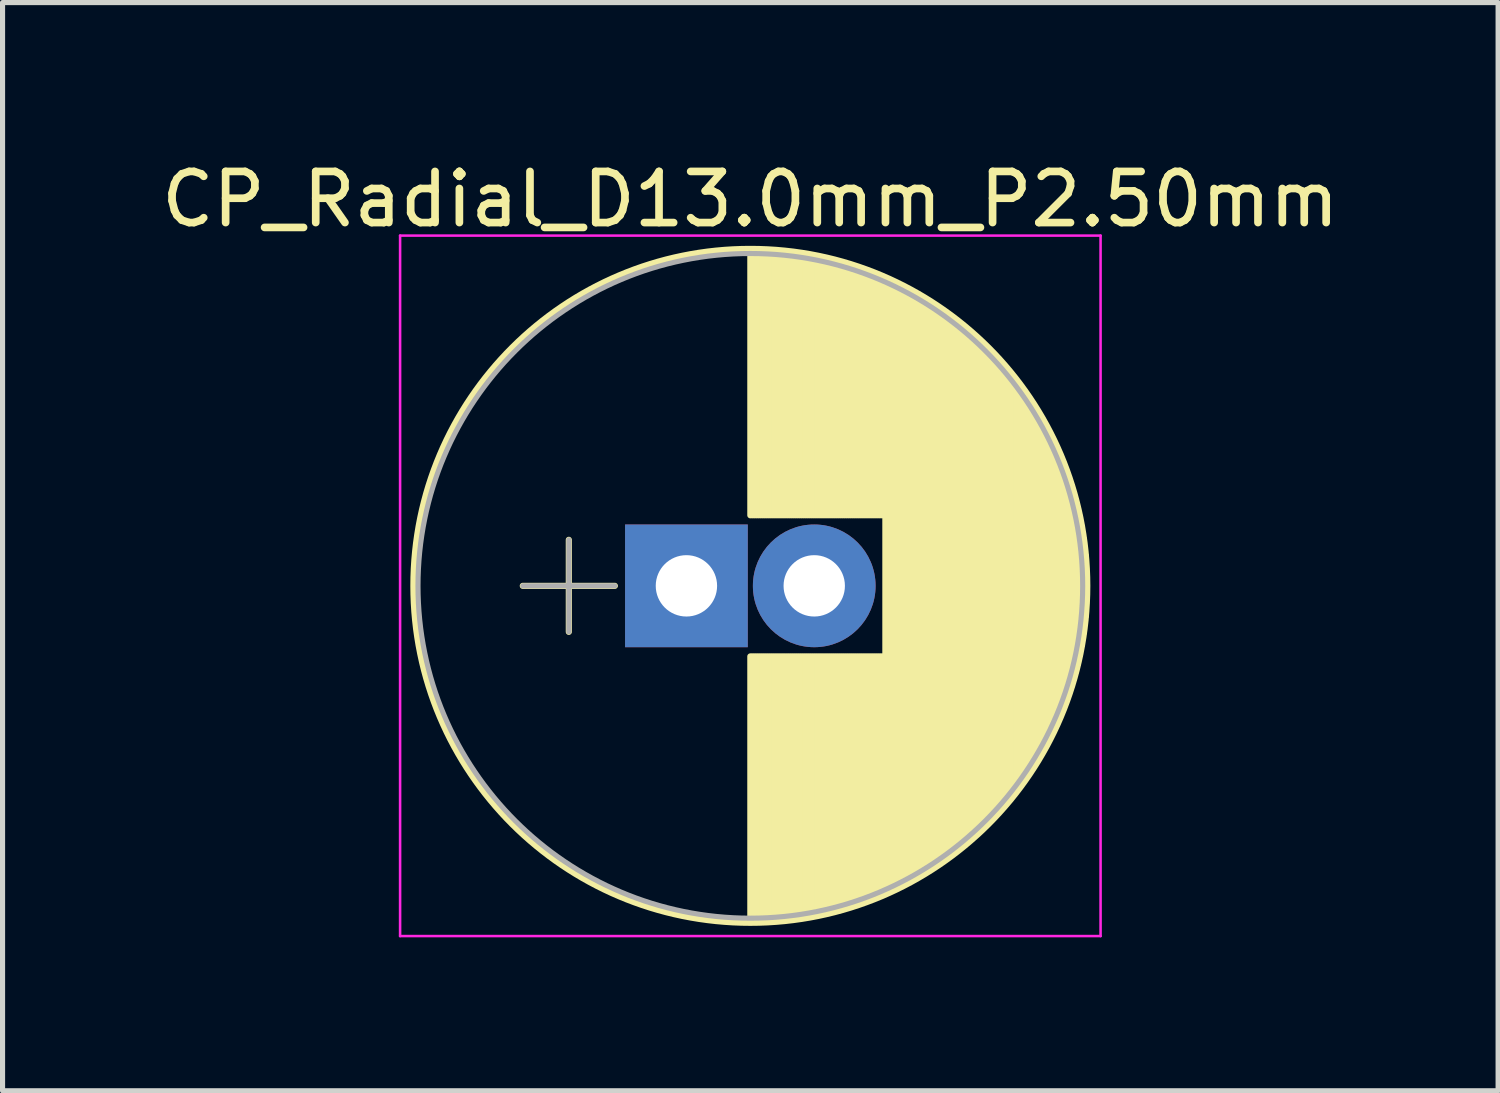
<source format=kicad_pcb>
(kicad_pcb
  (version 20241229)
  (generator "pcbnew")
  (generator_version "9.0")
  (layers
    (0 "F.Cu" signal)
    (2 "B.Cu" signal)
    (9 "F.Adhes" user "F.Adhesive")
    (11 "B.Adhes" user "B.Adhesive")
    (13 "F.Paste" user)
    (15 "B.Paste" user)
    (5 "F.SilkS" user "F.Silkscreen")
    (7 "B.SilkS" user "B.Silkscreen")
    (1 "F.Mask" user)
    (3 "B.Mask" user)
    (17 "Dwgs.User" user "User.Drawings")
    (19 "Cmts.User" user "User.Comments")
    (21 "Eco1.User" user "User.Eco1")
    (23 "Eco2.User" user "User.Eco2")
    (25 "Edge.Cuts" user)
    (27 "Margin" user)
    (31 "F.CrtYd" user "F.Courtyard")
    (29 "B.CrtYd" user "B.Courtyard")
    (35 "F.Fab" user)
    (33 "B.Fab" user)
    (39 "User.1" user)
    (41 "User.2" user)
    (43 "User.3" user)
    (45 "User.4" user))
  (footprint "CP_Radial_D13.0mm_P2.50mm"
    (layer "F.Cu")
    (at 10.375 8.408)
    (property "Reference" "CP_Radial_D13.0mm_P2.50mm" (at 1.25 -7.56 0) (layer "F.SilkS") (effects (font (size 1 1) (thickness 0.15))))
    (attr through_hole)
    (fp_line (start -3.2 0) (end -1.4 0) (stroke (width 0.12) (type solid)) (layer "F.SilkS"))
    (fp_line (start -2.3 -0.9) (end -2.3 0.9) (stroke (width 0.12) (type solid)) (layer "F.SilkS"))
    (fp_line (start 1.25 -6.55) (end 1.25 -1.38) (stroke (width 0.12) (type solid)) (layer "F.SilkS"))
    (fp_line (start 1.25 1.38) (end 1.25 6.55) (stroke (width 0.12) (type solid)) (layer "F.SilkS"))
    (fp_line (start 1.29 -6.55) (end 1.29 -1.38) (stroke (width 0.12) (type solid)) (layer "F.SilkS"))
    (fp_line (start 1.29 1.38) (end 1.29 6.55) (stroke (width 0.12) (type solid)) (layer "F.SilkS"))
    (fp_line (start 1.33 -6.55) (end 1.33 -1.38) (stroke (width 0.12) (type solid)) (layer "F.SilkS"))
    (fp_line (start 1.33 1.38) (end 1.33 6.55) (stroke (width 0.12) (type solid)) (layer "F.SilkS"))
    (fp_line (start 1.37 -6.549) (end 1.37 -1.38) (stroke (width 0.12) (type solid)) (layer "F.SilkS"))
    (fp_line (start 1.37 1.38) (end 1.37 6.549) (stroke (width 0.12) (type solid)) (layer "F.SilkS"))
    (fp_line (start 1.41 -6.549) (end 1.41 -1.38) (stroke (width 0.12) (type solid)) (layer "F.SilkS"))
    (fp_line (start 1.41 1.38) (end 1.41 6.549) (stroke (width 0.12) (type solid)) (layer "F.SilkS"))
    (fp_line (start 1.45 -6.547) (end 1.45 -1.38) (stroke (width 0.12) (type solid)) (layer "F.SilkS"))
    (fp_line (start 1.45 1.38) (end 1.45 6.547) (stroke (width 0.12) (type solid)) (layer "F.SilkS"))
    (fp_line (start 1.49 -6.546) (end 1.49 -1.38) (stroke (width 0.12) (type solid)) (layer "F.SilkS"))
    (fp_line (start 1.49 1.38) (end 1.49 6.546) (stroke (width 0.12) (type solid)) (layer "F.SilkS"))
    (fp_line (start 1.53 -6.545) (end 1.53 -1.38) (stroke (width 0.12) (type solid)) (layer "F.SilkS"))
    (fp_line (start 1.53 1.38) (end 1.53 6.545) (stroke (width 0.12) (type solid)) (layer "F.SilkS"))
    (fp_line (start 1.57 -6.543) (end 1.57 -1.38) (stroke (width 0.12) (type solid)) (layer "F.SilkS"))
    (fp_line (start 1.57 1.38) (end 1.57 6.543) (stroke (width 0.12) (type solid)) (layer "F.SilkS"))
    (fp_line (start 1.61 -6.541) (end 1.61 -1.38) (stroke (width 0.12) (type solid)) (layer "F.SilkS"))
    (fp_line (start 1.61 1.38) (end 1.61 6.541) (stroke (width 0.12) (type solid)) (layer "F.SilkS"))
    (fp_line (start 1.65 -6.538) (end 1.65 -1.38) (stroke (width 0.12) (type solid)) (layer "F.SilkS"))
    (fp_line (start 1.65 1.38) (end 1.65 6.538) (stroke (width 0.12) (type solid)) (layer "F.SilkS"))
    (fp_line (start 1.69 -6.536) (end 1.69 -1.38) (stroke (width 0.12) (type solid)) (layer "F.SilkS"))
    (fp_line (start 1.69 1.38) (end 1.69 6.536) (stroke (width 0.12) (type solid)) (layer "F.SilkS"))
    (fp_line (start 1.73 -6.533) (end 1.73 -1.38) (stroke (width 0.12) (type solid)) (layer "F.SilkS"))
    (fp_line (start 1.73 1.38) (end 1.73 6.533) (stroke (width 0.12) (type solid)) (layer "F.SilkS"))
    (fp_line (start 1.77 -6.53) (end 1.77 -1.38) (stroke (width 0.12) (type solid)) (layer "F.SilkS"))
    (fp_line (start 1.77 1.38) (end 1.77 6.53) (stroke (width 0.12) (type solid)) (layer "F.SilkS"))
    (fp_line (start 1.81 -6.527) (end 1.81 -1.38) (stroke (width 0.12) (type solid)) (layer "F.SilkS"))
    (fp_line (start 1.81 1.38) (end 1.81 6.527) (stroke (width 0.12) (type solid)) (layer "F.SilkS"))
    (fp_line (start 1.85 -6.523) (end 1.85 -1.38) (stroke (width 0.12) (type solid)) (layer "F.SilkS"))
    (fp_line (start 1.85 1.38) (end 1.85 6.523) (stroke (width 0.12) (type solid)) (layer "F.SilkS"))
    (fp_line (start 1.89 -6.519) (end 1.89 -1.38) (stroke (width 0.12) (type solid)) (layer "F.SilkS"))
    (fp_line (start 1.89 1.38) (end 1.89 6.519) (stroke (width 0.12) (type solid)) (layer "F.SilkS"))
    (fp_line (start 1.93 -6.515) (end 1.93 -1.38) (stroke (width 0.12) (type solid)) (layer "F.SilkS"))
    (fp_line (start 1.93 1.38) (end 1.93 6.515) (stroke (width 0.12) (type solid)) (layer "F.SilkS"))
    (fp_line (start 1.971 -6.511) (end 1.971 -1.38) (stroke (width 0.12) (type solid)) (layer "F.SilkS"))
    (fp_line (start 1.971 1.38) (end 1.971 6.511) (stroke (width 0.12) (type solid)) (layer "F.SilkS"))
    (fp_line (start 2.011 -6.507) (end 2.011 -1.38) (stroke (width 0.12) (type solid)) (layer "F.SilkS"))
    (fp_line (start 2.011 1.38) (end 2.011 6.507) (stroke (width 0.12) (type solid)) (layer "F.SilkS"))
    (fp_line (start 2.051 -6.502) (end 2.051 -1.38) (stroke (width 0.12) (type solid)) (layer "F.SilkS"))
    (fp_line (start 2.051 1.38) (end 2.051 6.502) (stroke (width 0.12) (type solid)) (layer "F.SilkS"))
    (fp_line (start 2.091 -6.497) (end 2.091 -1.38) (stroke (width 0.12) (type solid)) (layer "F.SilkS"))
    (fp_line (start 2.091 1.38) (end 2.091 6.497) (stroke (width 0.12) (type solid)) (layer "F.SilkS"))
    (fp_line (start 2.131 -6.491) (end 2.131 -1.38) (stroke (width 0.12) (type solid)) (layer "F.SilkS"))
    (fp_line (start 2.131 1.38) (end 2.131 6.491) (stroke (width 0.12) (type solid)) (layer "F.SilkS"))
    (fp_line (start 2.171 -6.486) (end 2.171 -1.38) (stroke (width 0.12) (type solid)) (layer "F.SilkS"))
    (fp_line (start 2.171 1.38) (end 2.171 6.486) (stroke (width 0.12) (type solid)) (layer "F.SilkS"))
    (fp_line (start 2.211 -6.48) (end 2.211 -1.38) (stroke (width 0.12) (type solid)) (layer "F.SilkS"))
    (fp_line (start 2.211 1.38) (end 2.211 6.48) (stroke (width 0.12) (type solid)) (layer "F.SilkS"))
    (fp_line (start 2.251 -6.474) (end 2.251 -1.38) (stroke (width 0.12) (type solid)) (layer "F.SilkS"))
    (fp_line (start 2.251 1.38) (end 2.251 6.474) (stroke (width 0.12) (type solid)) (layer "F.SilkS"))
    (fp_line (start 2.291 -6.468) (end 2.291 -1.38) (stroke (width 0.12) (type solid)) (layer "F.SilkS"))
    (fp_line (start 2.291 1.38) (end 2.291 6.468) (stroke (width 0.12) (type solid)) (layer "F.SilkS"))
    (fp_line (start 2.331 -6.461) (end 2.331 -1.38) (stroke (width 0.12) (type solid)) (layer "F.SilkS"))
    (fp_line (start 2.331 1.38) (end 2.331 6.461) (stroke (width 0.12) (type solid)) (layer "F.SilkS"))
    (fp_line (start 2.371 -6.455) (end 2.371 -1.38) (stroke (width 0.12) (type solid)) (layer "F.SilkS"))
    (fp_line (start 2.371 1.38) (end 2.371 6.455) (stroke (width 0.12) (type solid)) (layer "F.SilkS"))
    (fp_line (start 2.411 -6.448) (end 2.411 -1.38) (stroke (width 0.12) (type solid)) (layer "F.SilkS"))
    (fp_line (start 2.411 1.38) (end 2.411 6.448) (stroke (width 0.12) (type solid)) (layer "F.SilkS"))
    (fp_line (start 2.451 -6.44) (end 2.451 -1.38) (stroke (width 0.12) (type solid)) (layer "F.SilkS"))
    (fp_line (start 2.451 1.38) (end 2.451 6.44) (stroke (width 0.12) (type solid)) (layer "F.SilkS"))
    (fp_line (start 2.491 -6.433) (end 2.491 -1.38) (stroke (width 0.12) (type solid)) (layer "F.SilkS"))
    (fp_line (start 2.491 1.38) (end 2.491 6.433) (stroke (width 0.12) (type solid)) (layer "F.SilkS"))
    (fp_line (start 2.531 -6.425) (end 2.531 -1.38) (stroke (width 0.12) (type solid)) (layer "F.SilkS"))
    (fp_line (start 2.531 1.38) (end 2.531 6.425) (stroke (width 0.12) (type solid)) (layer "F.SilkS"))
    (fp_line (start 2.571 -6.417) (end 2.571 -1.38) (stroke (width 0.12) (type solid)) (layer "F.SilkS"))
    (fp_line (start 2.571 1.38) (end 2.571 6.417) (stroke (width 0.12) (type solid)) (layer "F.SilkS"))
    (fp_line (start 2.611 -6.409) (end 2.611 -1.38) (stroke (width 0.12) (type solid)) (layer "F.SilkS"))
    (fp_line (start 2.611 1.38) (end 2.611 6.409) (stroke (width 0.12) (type solid)) (layer "F.SilkS"))
    (fp_line (start 2.651 -6.4) (end 2.651 -1.38) (stroke (width 0.12) (type solid)) (layer "F.SilkS"))
    (fp_line (start 2.651 1.38) (end 2.651 6.4) (stroke (width 0.12) (type solid)) (layer "F.SilkS"))
    (fp_line (start 2.691 -6.391) (end 2.691 -1.38) (stroke (width 0.12) (type solid)) (layer "F.SilkS"))
    (fp_line (start 2.691 1.38) (end 2.691 6.391) (stroke (width 0.12) (type solid)) (layer "F.SilkS"))
    (fp_line (start 2.731 -6.382) (end 2.731 -1.38) (stroke (width 0.12) (type solid)) (layer "F.SilkS"))
    (fp_line (start 2.731 1.38) (end 2.731 6.382) (stroke (width 0.12) (type solid)) (layer "F.SilkS"))
    (fp_line (start 2.771 -6.373) (end 2.771 -1.38) (stroke (width 0.12) (type solid)) (layer "F.SilkS"))
    (fp_line (start 2.771 1.38) (end 2.771 6.373) (stroke (width 0.12) (type solid)) (layer "F.SilkS"))
    (fp_line (start 2.811 -6.363) (end 2.811 -1.38) (stroke (width 0.12) (type solid)) (layer "F.SilkS"))
    (fp_line (start 2.811 1.38) (end 2.811 6.363) (stroke (width 0.12) (type solid)) (layer "F.SilkS"))
    (fp_line (start 2.851 -6.353) (end 2.851 -1.38) (stroke (width 0.12) (type solid)) (layer "F.SilkS"))
    (fp_line (start 2.851 1.38) (end 2.851 6.353) (stroke (width 0.12) (type solid)) (layer "F.SilkS"))
    (fp_line (start 2.891 -6.343) (end 2.891 -1.38) (stroke (width 0.12) (type solid)) (layer "F.SilkS"))
    (fp_line (start 2.891 1.38) (end 2.891 6.343) (stroke (width 0.12) (type solid)) (layer "F.SilkS"))
    (fp_line (start 2.931 -6.333) (end 2.931 -1.38) (stroke (width 0.12) (type solid)) (layer "F.SilkS"))
    (fp_line (start 2.931 1.38) (end 2.931 6.333) (stroke (width 0.12) (type solid)) (layer "F.SilkS"))
    (fp_line (start 2.971 -6.322) (end 2.971 -1.38) (stroke (width 0.12) (type solid)) (layer "F.SilkS"))
    (fp_line (start 2.971 1.38) (end 2.971 6.322) (stroke (width 0.12) (type solid)) (layer "F.SilkS"))
    (fp_line (start 3.011 -6.311) (end 3.011 -1.38) (stroke (width 0.12) (type solid)) (layer "F.SilkS"))
    (fp_line (start 3.011 1.38) (end 3.011 6.311) (stroke (width 0.12) (type solid)) (layer "F.SilkS"))
    (fp_line (start 3.051 -6.3) (end 3.051 -1.38) (stroke (width 0.12) (type solid)) (layer "F.SilkS"))
    (fp_line (start 3.051 1.38) (end 3.051 6.3) (stroke (width 0.12) (type solid)) (layer "F.SilkS"))
    (fp_line (start 3.091 -6.288) (end 3.091 -1.38) (stroke (width 0.12) (type solid)) (layer "F.SilkS"))
    (fp_line (start 3.091 1.38) (end 3.091 6.288) (stroke (width 0.12) (type solid)) (layer "F.SilkS"))
    (fp_line (start 3.131 -6.277) (end 3.131 -1.38) (stroke (width 0.12) (type solid)) (layer "F.SilkS"))
    (fp_line (start 3.131 1.38) (end 3.131 6.277) (stroke (width 0.12) (type solid)) (layer "F.SilkS"))
    (fp_line (start 3.171 -6.265) (end 3.171 -1.38) (stroke (width 0.12) (type solid)) (layer "F.SilkS"))
    (fp_line (start 3.171 1.38) (end 3.171 6.265) (stroke (width 0.12) (type solid)) (layer "F.SilkS"))
    (fp_line (start 3.211 -6.252) (end 3.211 -1.38) (stroke (width 0.12) (type solid)) (layer "F.SilkS"))
    (fp_line (start 3.211 1.38) (end 3.211 6.252) (stroke (width 0.12) (type solid)) (layer "F.SilkS"))
    (fp_line (start 3.251 -6.24) (end 3.251 -1.38) (stroke (width 0.12) (type solid)) (layer "F.SilkS"))
    (fp_line (start 3.251 1.38) (end 3.251 6.24) (stroke (width 0.12) (type solid)) (layer "F.SilkS"))
    (fp_line (start 3.291 -6.227) (end 3.291 -1.38) (stroke (width 0.12) (type solid)) (layer "F.SilkS"))
    (fp_line (start 3.291 1.38) (end 3.291 6.227) (stroke (width 0.12) (type solid)) (layer "F.SilkS"))
    (fp_line (start 3.331 -6.214) (end 3.331 -1.38) (stroke (width 0.12) (type solid)) (layer "F.SilkS"))
    (fp_line (start 3.331 1.38) (end 3.331 6.214) (stroke (width 0.12) (type solid)) (layer "F.SilkS"))
    (fp_line (start 3.371 -6.2) (end 3.371 -1.38) (stroke (width 0.12) (type solid)) (layer "F.SilkS"))
    (fp_line (start 3.371 1.38) (end 3.371 6.2) (stroke (width 0.12) (type solid)) (layer "F.SilkS"))
    (fp_line (start 3.411 -6.186) (end 3.411 -1.38) (stroke (width 0.12) (type solid)) (layer "F.SilkS"))
    (fp_line (start 3.411 1.38) (end 3.411 6.186) (stroke (width 0.12) (type solid)) (layer "F.SilkS"))
    (fp_line (start 3.451 -6.172) (end 3.451 -1.38) (stroke (width 0.12) (type solid)) (layer "F.SilkS"))
    (fp_line (start 3.451 1.38) (end 3.451 6.172) (stroke (width 0.12) (type solid)) (layer "F.SilkS"))
    (fp_line (start 3.491 -6.158) (end 3.491 -1.38) (stroke (width 0.12) (type solid)) (layer "F.SilkS"))
    (fp_line (start 3.491 1.38) (end 3.491 6.158) (stroke (width 0.12) (type solid)) (layer "F.SilkS"))
    (fp_line (start 3.531 -6.144) (end 3.531 -1.38) (stroke (width 0.12) (type solid)) (layer "F.SilkS"))
    (fp_line (start 3.531 1.38) (end 3.531 6.144) (stroke (width 0.12) (type solid)) (layer "F.SilkS"))
    (fp_line (start 3.571 -6.129) (end 3.571 -1.38) (stroke (width 0.12) (type solid)) (layer "F.SilkS"))
    (fp_line (start 3.571 1.38) (end 3.571 6.129) (stroke (width 0.12) (type solid)) (layer "F.SilkS"))
    (fp_line (start 3.611 -6.113) (end 3.611 -1.38) (stroke (width 0.12) (type solid)) (layer "F.SilkS"))
    (fp_line (start 3.611 1.38) (end 3.611 6.113) (stroke (width 0.12) (type solid)) (layer "F.SilkS"))
    (fp_line (start 3.651 -6.098) (end 3.651 -1.38) (stroke (width 0.12) (type solid)) (layer "F.SilkS"))
    (fp_line (start 3.651 1.38) (end 3.651 6.098) (stroke (width 0.12) (type solid)) (layer "F.SilkS"))
    (fp_line (start 3.691 -6.082) (end 3.691 -1.38) (stroke (width 0.12) (type solid)) (layer "F.SilkS"))
    (fp_line (start 3.691 1.38) (end 3.691 6.082) (stroke (width 0.12) (type solid)) (layer "F.SilkS"))
    (fp_line (start 3.731 -6.066) (end 3.731 -1.38) (stroke (width 0.12) (type solid)) (layer "F.SilkS"))
    (fp_line (start 3.731 1.38) (end 3.731 6.066) (stroke (width 0.12) (type solid)) (layer "F.SilkS"))
    (fp_line (start 3.771 -6.05) (end 3.771 -1.38) (stroke (width 0.12) (type solid)) (layer "F.SilkS"))
    (fp_line (start 3.771 1.38) (end 3.771 6.05) (stroke (width 0.12) (type solid)) (layer "F.SilkS"))
    (fp_line (start 3.811 -6.033) (end 3.811 -1.38) (stroke (width 0.12) (type solid)) (layer "F.SilkS"))
    (fp_line (start 3.811 1.38) (end 3.811 6.033) (stroke (width 0.12) (type solid)) (layer "F.SilkS"))
    (fp_line (start 3.851 -6.016) (end 3.851 -1.38) (stroke (width 0.12) (type solid)) (layer "F.SilkS"))
    (fp_line (start 3.851 1.38) (end 3.851 6.016) (stroke (width 0.12) (type solid)) (layer "F.SilkS"))
    (fp_line (start 3.891 -5.999) (end 3.891 5.999) (stroke (width 0.12) (type solid)) (layer "F.SilkS"))
    (fp_line (start 3.931 -5.981) (end 3.931 5.981) (stroke (width 0.12) (type solid)) (layer "F.SilkS"))
    (fp_line (start 3.971 -5.963) (end 3.971 5.963) (stroke (width 0.12) (type solid)) (layer "F.SilkS"))
    (fp_line (start 4.011 -5.945) (end 4.011 5.945) (stroke (width 0.12) (type solid)) (layer "F.SilkS"))
    (fp_line (start 4.051 -5.926) (end 4.051 5.926) (stroke (width 0.12) (type solid)) (layer "F.SilkS"))
    (fp_line (start 4.091 -5.907) (end 4.091 5.907) (stroke (width 0.12) (type solid)) (layer "F.SilkS"))
    (fp_line (start 4.131 -5.888) (end 4.131 5.888) (stroke (width 0.12) (type solid)) (layer "F.SilkS"))
    (fp_line (start 4.171 -5.868) (end 4.171 5.868) (stroke (width 0.12) (type solid)) (layer "F.SilkS"))
    (fp_line (start 4.211 -5.848) (end 4.211 5.848) (stroke (width 0.12) (type solid)) (layer "F.SilkS"))
    (fp_line (start 4.251 -5.828) (end 4.251 5.828) (stroke (width 0.12) (type solid)) (layer "F.SilkS"))
    (fp_line (start 4.291 -5.807) (end 4.291 5.807) (stroke (width 0.12) (type solid)) (layer "F.SilkS"))
    (fp_line (start 4.331 -5.786) (end 4.331 5.786) (stroke (width 0.12) (type solid)) (layer "F.SilkS"))
    (fp_line (start 4.371 -5.765) (end 4.371 5.765) (stroke (width 0.12) (type solid)) (layer "F.SilkS"))
    (fp_line (start 4.411 -5.743) (end 4.411 5.743) (stroke (width 0.12) (type solid)) (layer "F.SilkS"))
    (fp_line (start 4.451 -5.721) (end 4.451 5.721) (stroke (width 0.12) (type solid)) (layer "F.SilkS"))
    (fp_line (start 4.491 -5.699) (end 4.491 5.699) (stroke (width 0.12) (type solid)) (layer "F.SilkS"))
    (fp_line (start 4.531 -5.676) (end 4.531 5.676) (stroke (width 0.12) (type solid)) (layer "F.SilkS"))
    (fp_line (start 4.571 -5.653) (end 4.571 5.653) (stroke (width 0.12) (type solid)) (layer "F.SilkS"))
    (fp_line (start 4.611 -5.63) (end 4.611 5.63) (stroke (width 0.12) (type solid)) (layer "F.SilkS"))
    (fp_line (start 4.651 -5.606) (end 4.651 5.606) (stroke (width 0.12) (type solid)) (layer "F.SilkS"))
    (fp_line (start 4.691 -5.581) (end 4.691 5.581) (stroke (width 0.12) (type solid)) (layer "F.SilkS"))
    (fp_line (start 4.731 -5.557) (end 4.731 5.557) (stroke (width 0.12) (type solid)) (layer "F.SilkS"))
    (fp_line (start 4.771 -5.532) (end 4.771 5.532) (stroke (width 0.12) (type solid)) (layer "F.SilkS"))
    (fp_line (start 4.811 -5.506) (end 4.811 5.506) (stroke (width 0.12) (type solid)) (layer "F.SilkS"))
    (fp_line (start 4.851 -5.48) (end 4.851 5.48) (stroke (width 0.12) (type solid)) (layer "F.SilkS"))
    (fp_line (start 4.891 -5.454) (end 4.891 5.454) (stroke (width 0.12) (type solid)) (layer "F.SilkS"))
    (fp_line (start 4.931 -5.427) (end 4.931 5.427) (stroke (width 0.12) (type solid)) (layer "F.SilkS"))
    (fp_line (start 4.971 -5.4) (end 4.971 5.4) (stroke (width 0.12) (type solid)) (layer "F.SilkS"))
    (fp_line (start 5.011 -5.373) (end 5.011 5.373) (stroke (width 0.12) (type solid)) (layer "F.SilkS"))
    (fp_line (start 5.051 -5.345) (end 5.051 5.345) (stroke (width 0.12) (type solid)) (layer "F.SilkS"))
    (fp_line (start 5.091 -5.316) (end 5.091 5.316) (stroke (width 0.12) (type solid)) (layer "F.SilkS"))
    (fp_line (start 5.131 -5.287) (end 5.131 5.287) (stroke (width 0.12) (type solid)) (layer "F.SilkS"))
    (fp_line (start 5.171 -5.258) (end 5.171 5.258) (stroke (width 0.12) (type solid)) (layer "F.SilkS"))
    (fp_line (start 5.211 -5.228) (end 5.211 5.228) (stroke (width 0.12) (type solid)) (layer "F.SilkS"))
    (fp_line (start 5.251 -5.198) (end 5.251 5.198) (stroke (width 0.12) (type solid)) (layer "F.SilkS"))
    (fp_line (start 5.291 -5.167) (end 5.291 5.167) (stroke (width 0.12) (type solid)) (layer "F.SilkS"))
    (fp_line (start 5.331 -5.136) (end 5.331 5.136) (stroke (width 0.12) (type solid)) (layer "F.SilkS"))
    (fp_line (start 5.371 -5.104) (end 5.371 5.104) (stroke (width 0.12) (type solid)) (layer "F.SilkS"))
    (fp_line (start 5.411 -5.072) (end 5.411 5.072) (stroke (width 0.12) (type solid)) (layer "F.SilkS"))
    (fp_line (start 5.451 -5.039) (end 5.451 5.039) (stroke (width 0.12) (type solid)) (layer "F.SilkS"))
    (fp_line (start 5.491 -5.005) (end 5.491 5.005) (stroke (width 0.12) (type solid)) (layer "F.SilkS"))
    (fp_line (start 5.531 -4.971) (end 5.531 4.971) (stroke (width 0.12) (type solid)) (layer "F.SilkS"))
    (fp_line (start 5.571 -4.937) (end 5.571 4.937) (stroke (width 0.12) (type solid)) (layer "F.SilkS"))
    (fp_line (start 5.611 -4.902) (end 5.611 4.902) (stroke (width 0.12) (type solid)) (layer "F.SilkS"))
    (fp_line (start 5.651 -4.866) (end 5.651 4.866) (stroke (width 0.12) (type solid)) (layer "F.SilkS"))
    (fp_line (start 5.691 -4.83) (end 5.691 4.83) (stroke (width 0.12) (type solid)) (layer "F.SilkS"))
    (fp_line (start 5.731 -4.793) (end 5.731 4.793) (stroke (width 0.12) (type solid)) (layer "F.SilkS"))
    (fp_line (start 5.771 -4.756) (end 5.771 4.756) (stroke (width 0.12) (type solid)) (layer "F.SilkS"))
    (fp_line (start 5.811 -4.718) (end 5.811 4.718) (stroke (width 0.12) (type solid)) (layer "F.SilkS"))
    (fp_line (start 5.851 -4.679) (end 5.851 4.679) (stroke (width 0.12) (type solid)) (layer "F.SilkS"))
    (fp_line (start 5.891 -4.64) (end 5.891 4.64) (stroke (width 0.12) (type solid)) (layer "F.SilkS"))
    (fp_line (start 5.931 -4.6) (end 5.931 4.6) (stroke (width 0.12) (type solid)) (layer "F.SilkS"))
    (fp_line (start 5.971 -4.559) (end 5.971 4.559) (stroke (width 0.12) (type solid)) (layer "F.SilkS"))
    (fp_line (start 6.011 -4.518) (end 6.011 4.518) (stroke (width 0.12) (type solid)) (layer "F.SilkS"))
    (fp_line (start 6.051 -4.476) (end 6.051 4.476) (stroke (width 0.12) (type solid)) (layer "F.SilkS"))
    (fp_line (start 6.091 -4.433) (end 6.091 4.433) (stroke (width 0.12) (type solid)) (layer "F.SilkS"))
    (fp_line (start 6.131 -4.389) (end 6.131 4.389) (stroke (width 0.12) (type solid)) (layer "F.SilkS"))
    (fp_line (start 6.171 -4.345) (end 6.171 4.345) (stroke (width 0.12) (type solid)) (layer "F.SilkS"))
    (fp_line (start 6.211 -4.299) (end 6.211 4.299) (stroke (width 0.12) (type solid)) (layer "F.SilkS"))
    (fp_line (start 6.251 -4.253) (end 6.251 4.253) (stroke (width 0.12) (type solid)) (layer "F.SilkS"))
    (fp_line (start 6.291 -4.206) (end 6.291 4.206) (stroke (width 0.12) (type solid)) (layer "F.SilkS"))
    (fp_line (start 6.331 -4.158) (end 6.331 4.158) (stroke (width 0.12) (type solid)) (layer "F.SilkS"))
    (fp_line (start 6.371 -4.109) (end 6.371 4.109) (stroke (width 0.12) (type solid)) (layer "F.SilkS"))
    (fp_line (start 6.411 -4.06) (end 6.411 4.06) (stroke (width 0.12) (type solid)) (layer "F.SilkS"))
    (fp_line (start 6.451 -4.009) (end 6.451 4.009) (stroke (width 0.12) (type solid)) (layer "F.SilkS"))
    (fp_line (start 6.491 -3.957) (end 6.491 3.957) (stroke (width 0.12) (type solid)) (layer "F.SilkS"))
    (fp_line (start 6.531 -3.904) (end 6.531 3.904) (stroke (width 0.12) (type solid)) (layer "F.SilkS"))
    (fp_line (start 6.571 -3.85) (end 6.571 3.85) (stroke (width 0.12) (type solid)) (layer "F.SilkS"))
    (fp_line (start 6.611 -3.794) (end 6.611 3.794) (stroke (width 0.12) (type solid)) (layer "F.SilkS"))
    (fp_line (start 6.651 -3.738) (end 6.651 3.738) (stroke (width 0.12) (type solid)) (layer "F.SilkS"))
    (fp_line (start 6.691 -3.68) (end 6.691 3.68) (stroke (width 0.12) (type solid)) (layer "F.SilkS"))
    (fp_line (start 6.731 -3.621) (end 6.731 3.621) (stroke (width 0.12) (type solid)) (layer "F.SilkS"))
    (fp_line (start 6.771 -3.56) (end 6.771 3.56) (stroke (width 0.12) (type solid)) (layer "F.SilkS"))
    (fp_line (start 6.811 -3.498) (end 6.811 3.498) (stroke (width 0.12) (type solid)) (layer "F.SilkS"))
    (fp_line (start 6.851 -3.434) (end 6.851 3.434) (stroke (width 0.12) (type solid)) (layer "F.SilkS"))
    (fp_line (start 6.891 -3.369) (end 6.891 3.369) (stroke (width 0.12) (type solid)) (layer "F.SilkS"))
    (fp_line (start 6.931 -3.302) (end 6.931 3.302) (stroke (width 0.12) (type solid)) (layer "F.SilkS"))
    (fp_line (start 6.971 -3.233) (end 6.971 3.233) (stroke (width 0.12) (type solid)) (layer "F.SilkS"))
    (fp_line (start 7.011 -3.162) (end 7.011 3.162) (stroke (width 0.12) (type solid)) (layer "F.SilkS"))
    (fp_line (start 7.051 -3.089) (end 7.051 3.089) (stroke (width 0.12) (type solid)) (layer "F.SilkS"))
    (fp_line (start 7.091 -3.014) (end 7.091 3.014) (stroke (width 0.12) (type solid)) (layer "F.SilkS"))
    (fp_line (start 7.131 -2.936) (end 7.131 2.936) (stroke (width 0.12) (type solid)) (layer "F.SilkS"))
    (fp_line (start 7.171 -2.856) (end 7.171 2.856) (stroke (width 0.12) (type solid)) (layer "F.SilkS"))
    (fp_line (start 7.211 -2.772) (end 7.211 2.772) (stroke (width 0.12) (type solid)) (layer "F.SilkS"))
    (fp_line (start 7.251 -2.686) (end 7.251 2.686) (stroke (width 0.12) (type solid)) (layer "F.SilkS"))
    (fp_line (start 7.291 -2.596) (end 7.291 2.596) (stroke (width 0.12) (type solid)) (layer "F.SilkS"))
    (fp_line (start 7.331 -2.502) (end 7.331 2.502) (stroke (width 0.12) (type solid)) (layer "F.SilkS"))
    (fp_line (start 7.371 -2.405) (end 7.371 2.405) (stroke (width 0.12) (type solid)) (layer "F.SilkS"))
    (fp_line (start 7.411 -2.302) (end 7.411 2.302) (stroke (width 0.12) (type solid)) (layer "F.SilkS"))
    (fp_line (start 7.451 -2.194) (end 7.451 2.194) (stroke (width 0.12) (type solid)) (layer "F.SilkS"))
    (fp_line (start 7.491 -2.08) (end 7.491 2.08) (stroke (width 0.12) (type solid)) (layer "F.SilkS"))
    (fp_line (start 7.531 -1.958) (end 7.531 1.958) (stroke (width 0.12) (type solid)) (layer "F.SilkS"))
    (fp_line (start 7.571 -1.828) (end 7.571 1.828) (stroke (width 0.12) (type solid)) (layer "F.SilkS"))
    (fp_line (start 7.611 -1.686) (end 7.611 1.686) (stroke (width 0.12) (type solid)) (layer "F.SilkS"))
    (fp_line (start 7.651 -1.532) (end 7.651 1.532) (stroke (width 0.12) (type solid)) (layer "F.SilkS"))
    (fp_line (start 7.691 -1.359) (end 7.691 1.359) (stroke (width 0.12) (type solid)) (layer "F.SilkS"))
    (fp_line (start 7.731 -1.16) (end 7.731 1.16) (stroke (width 0.12) (type solid)) (layer "F.SilkS"))
    (fp_line (start 7.771 -0.918) (end 7.771 0.918) (stroke (width 0.12) (type solid)) (layer "F.SilkS"))
    (fp_line (start 7.811 -0.589) (end 7.811 0.589) (stroke (width 0.12) (type solid)) (layer "F.SilkS"))
    (fp_circle (center 1.25 0) (end 7.84 0) (stroke (width 0.12) (type solid)) (fill no) (layer "F.SilkS"))
    (fp_line (start -5.6 -6.85) (end -5.6 6.85) (stroke (width 0.05) (type solid)) (layer "F.CrtYd"))
    (fp_line (start -5.6 6.85) (end 8.1 6.85) (stroke (width 0.05) (type solid)) (layer "F.CrtYd"))
    (fp_line (start 8.1 -6.85) (end -5.6 -6.85) (stroke (width 0.05) (type solid)) (layer "F.CrtYd"))
    (fp_line (start 8.1 6.85) (end 8.1 -6.85) (stroke (width 0.05) (type solid)) (layer "F.CrtYd"))
    (fp_line (start -3.2 0) (end -1.4 0) (stroke (width 0.1) (type solid)) (layer "F.Fab"))
    (fp_line (start -2.3 -0.9) (end -2.3 0.9) (stroke (width 0.1) (type solid)) (layer "F.Fab"))
    (fp_circle (center 1.25 0) (end 7.75 0) (stroke (width 0.1) (type solid)) (fill no) (layer "F.Fab"))
    (pad "1" thru_hole rect (at 0 0) (size 2.4 2.4) (drill 1.2) (layers "*.Cu" "*.Mask"))
    (pad "2" thru_hole circle (at 2.5 0) (size 2.4 2.4) (drill 1.2) (layers "*.Cu" "*.Mask")))
  (gr_rect
    (start -3 -3)
    (end 26.25 18.283)
    (stroke (width 0.1) (type default))
    (fill no)
    (layer "Edge.Cuts")))
</source>
